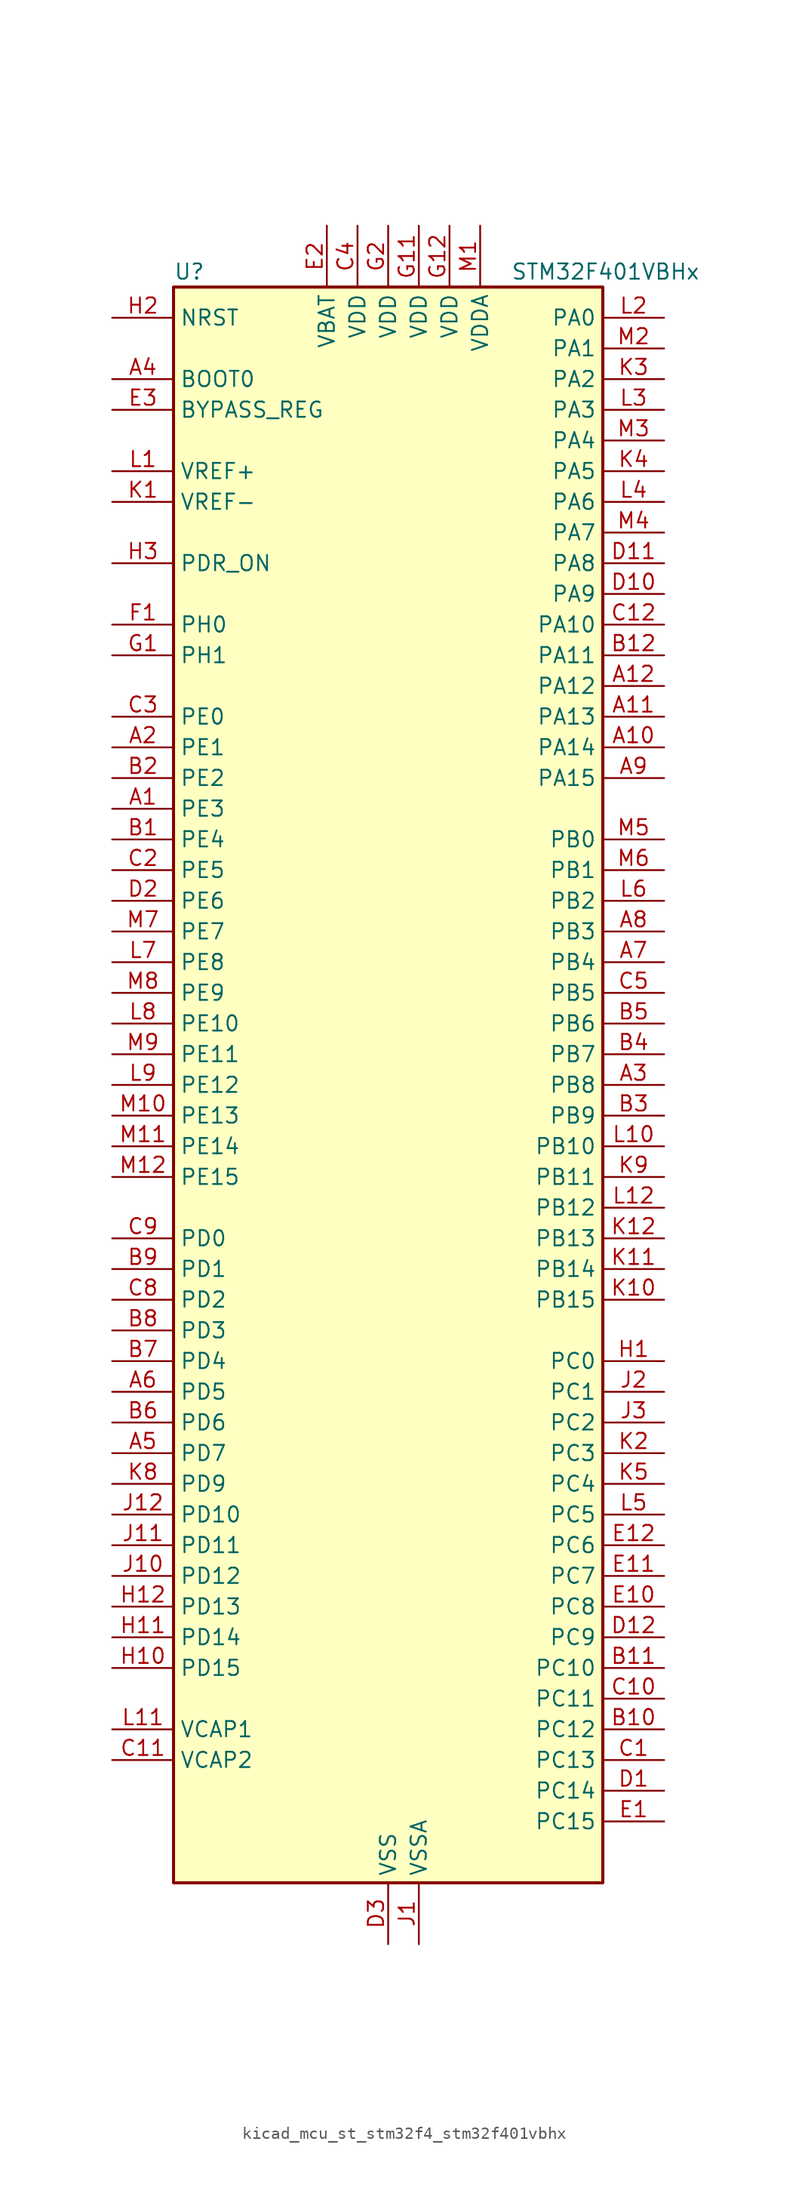
<source format=kicad_sym>
(kicad_symbol_lib
  (version 20220914)
  (generator kicad_symbol_editor)
  (symbol "kicad_mcu_st_stm32f4_stm32f401vbhx"
    (property "Reference" "U"
      (at -17.78 67.31 0)
      (effects (font (size 1.27 1.27)) (justify left)))
    (property "Value" "STM32F401VBHx"
      (at 10.16 67.31 0)
      (effects (font (size 1.27 1.27)) (justify left)))
    (property "ki_locked" ""
      (at 0 0 0)
      (effects (font (size 1.27 1.27))))
    (symbol "kicad_mcu_st_stm32f4_stm32f401vbhx_0_1"
      (rectangle (start -17.78 -66.04) (end 17.78 66.04) (stroke (width 0.254) (type default)) (fill (type background))))
    (symbol "kicad_mcu_st_stm32f4_stm32f401vbhx_1_1"
      (pin bidirectional line (at -22.86 22.86 0) (length 5.08) (name "PE3" (effects (font (size 1.27 1.27)))) (number "A1" (effects (font (size 1.27 1.27)))) (alternate "SYS_TRACED0" bidirectional line))
      (pin bidirectional line (at 22.86 27.94 180) (length 5.08) (name "PA14" (effects (font (size 1.27 1.27)))) (number "A10" (effects (font (size 1.27 1.27)))) (alternate "SYS_JTCK-SWCLK" bidirectional line))
      (pin bidirectional line (at 22.86 30.48 180) (length 5.08) (name "PA13" (effects (font (size 1.27 1.27)))) (number "A11" (effects (font (size 1.27 1.27)))) (alternate "SYS_JTMS-SWDIO" bidirectional line))
      (pin bidirectional line (at 22.86 33.02 180) (length 5.08) (name "PA12" (effects (font (size 1.27 1.27)))) (number "A12" (effects (font (size 1.27 1.27)))) (alternate "TIM1_ETR" bidirectional line) (alternate "USART1_RTS" bidirectional line) (alternate "USART6_RX" bidirectional line) (alternate "USB_OTG_FS_DP" bidirectional line))
      (pin bidirectional line (at -22.86 27.94 0) (length 5.08) (name "PE1" (effects (font (size 1.27 1.27)))) (number "A2" (effects (font (size 1.27 1.27)))))
      (pin bidirectional line (at 22.86 0 180) (length 5.08) (name "PB8" (effects (font (size 1.27 1.27)))) (number "A3" (effects (font (size 1.27 1.27)))) (alternate "I2C1_SCL" bidirectional line) (alternate "SDIO_D4" bidirectional line) (alternate "TIM10_CH1" bidirectional line) (alternate "TIM4_CH3" bidirectional line))
      (pin input line (at -22.86 58.42 0) (length 5.08) (name "BOOT0" (effects (font (size 1.27 1.27)))) (number "A4" (effects (font (size 1.27 1.27)))))
      (pin bidirectional line (at -22.86 -30.48 0) (length 5.08) (name "PD7" (effects (font (size 1.27 1.27)))) (number "A5" (effects (font (size 1.27 1.27)))) (alternate "USART2_CK" bidirectional line))
      (pin bidirectional line (at -22.86 -25.4 0) (length 5.08) (name "PD5" (effects (font (size 1.27 1.27)))) (number "A6" (effects (font (size 1.27 1.27)))) (alternate "USART2_TX" bidirectional line))
      (pin bidirectional line (at 22.86 10.16 180) (length 5.08) (name "PB4" (effects (font (size 1.27 1.27)))) (number "A7" (effects (font (size 1.27 1.27)))) (alternate "I2C3_SDA" bidirectional line) (alternate "I2S3_ext_SD" bidirectional line) (alternate "SPI1_MISO" bidirectional line) (alternate "SPI3_MISO" bidirectional line) (alternate "SYS_JTRST" bidirectional line) (alternate "TIM3_CH1" bidirectional line))
      (pin bidirectional line (at 22.86 12.7 180) (length 5.08) (name "PB3" (effects (font (size 1.27 1.27)))) (number "A8" (effects (font (size 1.27 1.27)))) (alternate "I2C2_SDA" bidirectional line) (alternate "I2S3_CK" bidirectional line) (alternate "SPI1_SCK" bidirectional line) (alternate "SPI3_SCK" bidirectional line) (alternate "SYS_JTDO-SWO" bidirectional line) (alternate "TIM2_CH2" bidirectional line))
      (pin bidirectional line (at 22.86 25.4 180) (length 5.08) (name "PA15" (effects (font (size 1.27 1.27)))) (number "A9" (effects (font (size 1.27 1.27)))) (alternate "ADC1_EXTI15" bidirectional line) (alternate "I2S3_WS" bidirectional line) (alternate "SPI1_NSS" bidirectional line) (alternate "SPI3_NSS" bidirectional line) (alternate "SYS_JTDI" bidirectional line) (alternate "TIM2_CH1" bidirectional line) (alternate "TIM2_ETR" bidirectional line))
      (pin bidirectional line (at -22.86 20.32 0) (length 5.08) (name "PE4" (effects (font (size 1.27 1.27)))) (number "B1" (effects (font (size 1.27 1.27)))) (alternate "SPI4_NSS" bidirectional line) (alternate "SYS_TRACED1" bidirectional line))
      (pin bidirectional line (at 22.86 -53.34 180) (length 5.08) (name "PC12" (effects (font (size 1.27 1.27)))) (number "B10" (effects (font (size 1.27 1.27)))) (alternate "I2S3_SD" bidirectional line) (alternate "SDIO_CK" bidirectional line) (alternate "SPI3_MOSI" bidirectional line))
      (pin bidirectional line (at 22.86 -48.26 180) (length 5.08) (name "PC10" (effects (font (size 1.27 1.27)))) (number "B11" (effects (font (size 1.27 1.27)))) (alternate "I2S3_CK" bidirectional line) (alternate "SDIO_D2" bidirectional line) (alternate "SPI3_SCK" bidirectional line))
      (pin bidirectional line (at 22.86 35.56 180) (length 5.08) (name "PA11" (effects (font (size 1.27 1.27)))) (number "B12" (effects (font (size 1.27 1.27)))) (alternate "ADC1_EXTI11" bidirectional line) (alternate "TIM1_CH4" bidirectional line) (alternate "USART1_CTS" bidirectional line) (alternate "USART6_TX" bidirectional line) (alternate "USB_OTG_FS_DM" bidirectional line))
      (pin bidirectional line (at -22.86 25.4 0) (length 5.08) (name "PE2" (effects (font (size 1.27 1.27)))) (number "B2" (effects (font (size 1.27 1.27)))) (alternate "SPI4_SCK" bidirectional line) (alternate "SYS_TRACECLK" bidirectional line))
      (pin bidirectional line (at 22.86 -2.54 180) (length 5.08) (name "PB9" (effects (font (size 1.27 1.27)))) (number "B3" (effects (font (size 1.27 1.27)))) (alternate "I2C1_SDA" bidirectional line) (alternate "I2S2_WS" bidirectional line) (alternate "SDIO_D5" bidirectional line) (alternate "SPI2_NSS" bidirectional line) (alternate "TIM11_CH1" bidirectional line) (alternate "TIM4_CH4" bidirectional line))
      (pin bidirectional line (at 22.86 2.54 180) (length 5.08) (name "PB7" (effects (font (size 1.27 1.27)))) (number "B4" (effects (font (size 1.27 1.27)))) (alternate "I2C1_SDA" bidirectional line) (alternate "TIM4_CH2" bidirectional line) (alternate "USART1_RX" bidirectional line))
      (pin bidirectional line (at 22.86 5.08 180) (length 5.08) (name "PB6" (effects (font (size 1.27 1.27)))) (number "B5" (effects (font (size 1.27 1.27)))) (alternate "I2C1_SCL" bidirectional line) (alternate "TIM4_CH1" bidirectional line) (alternate "USART1_TX" bidirectional line))
      (pin bidirectional line (at -22.86 -27.94 0) (length 5.08) (name "PD6" (effects (font (size 1.27 1.27)))) (number "B6" (effects (font (size 1.27 1.27)))) (alternate "I2S3_SD" bidirectional line) (alternate "SPI3_MOSI" bidirectional line) (alternate "USART2_RX" bidirectional line))
      (pin bidirectional line (at -22.86 -22.86 0) (length 5.08) (name "PD4" (effects (font (size 1.27 1.27)))) (number "B7" (effects (font (size 1.27 1.27)))) (alternate "USART2_RTS" bidirectional line))
      (pin bidirectional line (at -22.86 -20.32 0) (length 5.08) (name "PD3" (effects (font (size 1.27 1.27)))) (number "B8" (effects (font (size 1.27 1.27)))) (alternate "I2S2_CK" bidirectional line) (alternate "SPI2_SCK" bidirectional line) (alternate "USART2_CTS" bidirectional line))
      (pin bidirectional line (at -22.86 -15.24 0) (length 5.08) (name "PD1" (effects (font (size 1.27 1.27)))) (number "B9" (effects (font (size 1.27 1.27)))))
      (pin bidirectional line (at 22.86 -55.88 180) (length 5.08) (name "PC13" (effects (font (size 1.27 1.27)))) (number "C1" (effects (font (size 1.27 1.27)))) (alternate "RTC_AF1" bidirectional line))
      (pin bidirectional line (at 22.86 -50.8 180) (length 5.08) (name "PC11" (effects (font (size 1.27 1.27)))) (number "C10" (effects (font (size 1.27 1.27)))) (alternate "ADC1_EXTI11" bidirectional line) (alternate "I2S3_ext_SD" bidirectional line) (alternate "SDIO_D3" bidirectional line) (alternate "SPI3_MISO" bidirectional line))
      (pin power_out line (at -22.86 -55.88 0) (length 5.08) (name "VCAP2" (effects (font (size 1.27 1.27)))) (number "C11" (effects (font (size 1.27 1.27)))))
      (pin bidirectional line (at 22.86 38.1 180) (length 5.08) (name "PA10" (effects (font (size 1.27 1.27)))) (number "C12" (effects (font (size 1.27 1.27)))) (alternate "TIM1_CH3" bidirectional line) (alternate "USART1_RX" bidirectional line) (alternate "USB_OTG_FS_ID" bidirectional line))
      (pin bidirectional line (at -22.86 17.78 0) (length 5.08) (name "PE5" (effects (font (size 1.27 1.27)))) (number "C2" (effects (font (size 1.27 1.27)))) (alternate "SPI4_MISO" bidirectional line) (alternate "SYS_TRACED2" bidirectional line) (alternate "TIM9_CH1" bidirectional line))
      (pin bidirectional line (at -22.86 30.48 0) (length 5.08) (name "PE0" (effects (font (size 1.27 1.27)))) (number "C3" (effects (font (size 1.27 1.27)))) (alternate "TIM4_ETR" bidirectional line))
      (pin power_in line (at -2.54 71.12 270) (length 5.08) (name "VDD" (effects (font (size 1.27 1.27)))) (number "C4" (effects (font (size 1.27 1.27)))))
      (pin bidirectional line (at 22.86 7.62 180) (length 5.08) (name "PB5" (effects (font (size 1.27 1.27)))) (number "C5" (effects (font (size 1.27 1.27)))) (alternate "I2C1_SMBA" bidirectional line) (alternate "I2S3_SD" bidirectional line) (alternate "SPI1_MOSI" bidirectional line) (alternate "SPI3_MOSI" bidirectional line) (alternate "TIM3_CH2" bidirectional line))
      (pin bidirectional line (at -22.86 -17.78 0) (length 5.08) (name "PD2" (effects (font (size 1.27 1.27)))) (number "C8" (effects (font (size 1.27 1.27)))) (alternate "SDIO_CMD" bidirectional line) (alternate "TIM3_ETR" bidirectional line))
      (pin bidirectional line (at -22.86 -12.7 0) (length 5.08) (name "PD0" (effects (font (size 1.27 1.27)))) (number "C9" (effects (font (size 1.27 1.27)))))
      (pin bidirectional line (at 22.86 -58.42 180) (length 5.08) (name "PC14" (effects (font (size 1.27 1.27)))) (number "D1" (effects (font (size 1.27 1.27)))) (alternate "RCC_OSC32_IN" bidirectional line))
      (pin bidirectional line (at 22.86 40.64 180) (length 5.08) (name "PA9" (effects (font (size 1.27 1.27)))) (number "D10" (effects (font (size 1.27 1.27)))) (alternate "I2C3_SMBA" bidirectional line) (alternate "TIM1_CH2" bidirectional line) (alternate "USART1_TX" bidirectional line) (alternate "USB_OTG_FS_VBUS" bidirectional line))
      (pin bidirectional line (at 22.86 43.18 180) (length 5.08) (name "PA8" (effects (font (size 1.27 1.27)))) (number "D11" (effects (font (size 1.27 1.27)))) (alternate "I2C3_SCL" bidirectional line) (alternate "RCC_MCO_1" bidirectional line) (alternate "TIM1_CH1" bidirectional line) (alternate "USART1_CK" bidirectional line) (alternate "USB_OTG_FS_SOF" bidirectional line))
      (pin bidirectional line (at 22.86 -45.72 180) (length 5.08) (name "PC9" (effects (font (size 1.27 1.27)))) (number "D12" (effects (font (size 1.27 1.27)))) (alternate "I2C3_SDA" bidirectional line) (alternate "I2S_CKIN" bidirectional line) (alternate "RCC_MCO_2" bidirectional line) (alternate "SDIO_D1" bidirectional line) (alternate "TIM3_CH4" bidirectional line))
      (pin bidirectional line (at -22.86 15.24 0) (length 5.08) (name "PE6" (effects (font (size 1.27 1.27)))) (number "D2" (effects (font (size 1.27 1.27)))) (alternate "SPI4_MOSI" bidirectional line) (alternate "SYS_TRACED3" bidirectional line) (alternate "TIM9_CH2" bidirectional line))
      (pin power_in line (at 0 -71.12 90) (length 5.08) (name "VSS" (effects (font (size 1.27 1.27)))) (number "D3" (effects (font (size 1.27 1.27)))))
      (pin bidirectional line (at 22.86 -60.96 180) (length 5.08) (name "PC15" (effects (font (size 1.27 1.27)))) (number "E1" (effects (font (size 1.27 1.27)))) (alternate "ADC1_EXTI15" bidirectional line) (alternate "RCC_OSC32_OUT" bidirectional line))
      (pin bidirectional line (at 22.86 -43.18 180) (length 5.08) (name "PC8" (effects (font (size 1.27 1.27)))) (number "E10" (effects (font (size 1.27 1.27)))) (alternate "SDIO_D0" bidirectional line) (alternate "TIM3_CH3" bidirectional line) (alternate "USART6_CK" bidirectional line))
      (pin bidirectional line (at 22.86 -40.64 180) (length 5.08) (name "PC7" (effects (font (size 1.27 1.27)))) (number "E11" (effects (font (size 1.27 1.27)))) (alternate "I2S3_MCK" bidirectional line) (alternate "SDIO_D7" bidirectional line) (alternate "TIM3_CH2" bidirectional line) (alternate "USART6_RX" bidirectional line))
      (pin bidirectional line (at 22.86 -38.1 180) (length 5.08) (name "PC6" (effects (font (size 1.27 1.27)))) (number "E12" (effects (font (size 1.27 1.27)))) (alternate "I2S2_MCK" bidirectional line) (alternate "SDIO_D6" bidirectional line) (alternate "TIM3_CH1" bidirectional line) (alternate "USART6_TX" bidirectional line))
      (pin power_in line (at -5.08 71.12 270) (length 5.08) (name "VBAT" (effects (font (size 1.27 1.27)))) (number "E2" (effects (font (size 1.27 1.27)))))
      (pin input line (at -22.86 55.88 0) (length 5.08) (name "BYPASS_REG" (effects (font (size 1.27 1.27)))) (number "E3" (effects (font (size 1.27 1.27)))))
      (pin bidirectional line (at -22.86 38.1 0) (length 5.08) (name "PH0" (effects (font (size 1.27 1.27)))) (number "F1" (effects (font (size 1.27 1.27)))) (alternate "RCC_OSC_IN" bidirectional line))
      (pin passive line (at 0 -71.12 90) (length 5.08) hide (name "VSS" (effects (font (size 1.27 1.27)))) (number "F11" (effects (font (size 1.27 1.27)))))
      (pin passive line (at 0 -71.12 90) (length 5.08) hide (name "VSS" (effects (font (size 1.27 1.27)))) (number "F12" (effects (font (size 1.27 1.27)))))
      (pin passive line (at 0 -71.12 90) (length 5.08) hide (name "VSS" (effects (font (size 1.27 1.27)))) (number "F2" (effects (font (size 1.27 1.27)))))
      (pin bidirectional line (at -22.86 35.56 0) (length 5.08) (name "PH1" (effects (font (size 1.27 1.27)))) (number "G1" (effects (font (size 1.27 1.27)))) (alternate "RCC_OSC_OUT" bidirectional line))
      (pin power_in line (at 2.54 71.12 270) (length 5.08) (name "VDD" (effects (font (size 1.27 1.27)))) (number "G11" (effects (font (size 1.27 1.27)))))
      (pin power_in line (at 5.08 71.12 270) (length 5.08) (name "VDD" (effects (font (size 1.27 1.27)))) (number "G12" (effects (font (size 1.27 1.27)))))
      (pin power_in line (at 0 71.12 270) (length 5.08) (name "VDD" (effects (font (size 1.27 1.27)))) (number "G2" (effects (font (size 1.27 1.27)))))
      (pin bidirectional line (at 22.86 -22.86 180) (length 5.08) (name "PC0" (effects (font (size 1.27 1.27)))) (number "H1" (effects (font (size 1.27 1.27)))) (alternate "ADC1_IN10" bidirectional line))
      (pin bidirectional line (at -22.86 -48.26 0) (length 5.08) (name "PD15" (effects (font (size 1.27 1.27)))) (number "H10" (effects (font (size 1.27 1.27)))) (alternate "ADC1_EXTI15" bidirectional line) (alternate "TIM4_CH4" bidirectional line))
      (pin bidirectional line (at -22.86 -45.72 0) (length 5.08) (name "PD14" (effects (font (size 1.27 1.27)))) (number "H11" (effects (font (size 1.27 1.27)))) (alternate "TIM4_CH3" bidirectional line))
      (pin bidirectional line (at -22.86 -43.18 0) (length 5.08) (name "PD13" (effects (font (size 1.27 1.27)))) (number "H12" (effects (font (size 1.27 1.27)))) (alternate "TIM4_CH2" bidirectional line))
      (pin input line (at -22.86 63.5 0) (length 5.08) (name "NRST" (effects (font (size 1.27 1.27)))) (number "H2" (effects (font (size 1.27 1.27)))))
      (pin input line (at -22.86 43.18 0) (length 5.08) (name "PDR_ON" (effects (font (size 1.27 1.27)))) (number "H3" (effects (font (size 1.27 1.27)))))
      (pin power_in line (at 2.54 -71.12 90) (length 5.08) (name "VSSA" (effects (font (size 1.27 1.27)))) (number "J1" (effects (font (size 1.27 1.27)))))
      (pin bidirectional line (at -22.86 -40.64 0) (length 5.08) (name "PD12" (effects (font (size 1.27 1.27)))) (number "J10" (effects (font (size 1.27 1.27)))) (alternate "TIM4_CH1" bidirectional line))
      (pin bidirectional line (at -22.86 -38.1 0) (length 5.08) (name "PD11" (effects (font (size 1.27 1.27)))) (number "J11" (effects (font (size 1.27 1.27)))) (alternate "ADC1_EXTI11" bidirectional line))
      (pin bidirectional line (at -22.86 -35.56 0) (length 5.08) (name "PD10" (effects (font (size 1.27 1.27)))) (number "J12" (effects (font (size 1.27 1.27)))))
      (pin bidirectional line (at 22.86 -25.4 180) (length 5.08) (name "PC1" (effects (font (size 1.27 1.27)))) (number "J2" (effects (font (size 1.27 1.27)))) (alternate "ADC1_IN11" bidirectional line))
      (pin bidirectional line (at 22.86 -27.94 180) (length 5.08) (name "PC2" (effects (font (size 1.27 1.27)))) (number "J3" (effects (font (size 1.27 1.27)))) (alternate "ADC1_IN12" bidirectional line) (alternate "I2S2_ext_SD" bidirectional line) (alternate "SPI2_MISO" bidirectional line))
      (pin input line (at -22.86 48.26 0) (length 5.08) (name "VREF-" (effects (font (size 1.27 1.27)))) (number "K1" (effects (font (size 1.27 1.27)))))
      (pin bidirectional line (at 22.86 -17.78 180) (length 5.08) (name "PB15" (effects (font (size 1.27 1.27)))) (number "K10" (effects (font (size 1.27 1.27)))) (alternate "ADC1_EXTI15" bidirectional line) (alternate "I2S2_SD" bidirectional line) (alternate "RTC_REFIN" bidirectional line) (alternate "SPI2_MOSI" bidirectional line) (alternate "TIM1_CH3N" bidirectional line))
      (pin bidirectional line (at 22.86 -15.24 180) (length 5.08) (name "PB14" (effects (font (size 1.27 1.27)))) (number "K11" (effects (font (size 1.27 1.27)))) (alternate "I2S2_ext_SD" bidirectional line) (alternate "SPI2_MISO" bidirectional line) (alternate "TIM1_CH2N" bidirectional line))
      (pin bidirectional line (at 22.86 -12.7 180) (length 5.08) (name "PB13" (effects (font (size 1.27 1.27)))) (number "K12" (effects (font (size 1.27 1.27)))) (alternate "I2S2_CK" bidirectional line) (alternate "SPI2_SCK" bidirectional line) (alternate "TIM1_CH1N" bidirectional line))
      (pin bidirectional line (at 22.86 -30.48 180) (length 5.08) (name "PC3" (effects (font (size 1.27 1.27)))) (number "K2" (effects (font (size 1.27 1.27)))) (alternate "ADC1_IN13" bidirectional line) (alternate "I2S2_SD" bidirectional line) (alternate "SPI2_MOSI" bidirectional line))
      (pin bidirectional line (at 22.86 58.42 180) (length 5.08) (name "PA2" (effects (font (size 1.27 1.27)))) (number "K3" (effects (font (size 1.27 1.27)))) (alternate "ADC1_IN2" bidirectional line) (alternate "TIM2_CH3" bidirectional line) (alternate "TIM5_CH3" bidirectional line) (alternate "TIM9_CH1" bidirectional line) (alternate "USART2_TX" bidirectional line))
      (pin bidirectional line (at 22.86 50.8 180) (length 5.08) (name "PA5" (effects (font (size 1.27 1.27)))) (number "K4" (effects (font (size 1.27 1.27)))) (alternate "ADC1_IN5" bidirectional line) (alternate "SPI1_SCK" bidirectional line) (alternate "TIM2_CH1" bidirectional line) (alternate "TIM2_ETR" bidirectional line))
      (pin bidirectional line (at 22.86 -33.02 180) (length 5.08) (name "PC4" (effects (font (size 1.27 1.27)))) (number "K5" (effects (font (size 1.27 1.27)))) (alternate "ADC1_IN14" bidirectional line))
      (pin bidirectional line (at -22.86 -33.02 0) (length 5.08) (name "PD9" (effects (font (size 1.27 1.27)))) (number "K8" (effects (font (size 1.27 1.27)))))
      (pin bidirectional line (at 22.86 -7.62 180) (length 5.08) (name "PB11" (effects (font (size 1.27 1.27)))) (number "K9" (effects (font (size 1.27 1.27)))) (alternate "ADC1_EXTI11" bidirectional line) (alternate "I2C2_SDA" bidirectional line) (alternate "TIM2_CH4" bidirectional line))
      (pin input line (at -22.86 50.8 0) (length 5.08) (name "VREF+" (effects (font (size 1.27 1.27)))) (number "L1" (effects (font (size 1.27 1.27)))))
      (pin bidirectional line (at 22.86 -5.08 180) (length 5.08) (name "PB10" (effects (font (size 1.27 1.27)))) (number "L10" (effects (font (size 1.27 1.27)))) (alternate "I2C2_SCL" bidirectional line) (alternate "I2S2_CK" bidirectional line) (alternate "SPI2_SCK" bidirectional line) (alternate "TIM2_CH3" bidirectional line))
      (pin power_out line (at -22.86 -53.34 0) (length 5.08) (name "VCAP1" (effects (font (size 1.27 1.27)))) (number "L11" (effects (font (size 1.27 1.27)))))
      (pin bidirectional line (at 22.86 -10.16 180) (length 5.08) (name "PB12" (effects (font (size 1.27 1.27)))) (number "L12" (effects (font (size 1.27 1.27)))) (alternate "I2C2_SMBA" bidirectional line) (alternate "I2S2_WS" bidirectional line) (alternate "SPI2_NSS" bidirectional line) (alternate "TIM1_BKIN" bidirectional line))
      (pin bidirectional line (at 22.86 63.5 180) (length 5.08) (name "PA0" (effects (font (size 1.27 1.27)))) (number "L2" (effects (font (size 1.27 1.27)))) (alternate "ADC1_IN0" bidirectional line) (alternate "SYS_WKUP" bidirectional line) (alternate "TIM2_CH1" bidirectional line) (alternate "TIM2_ETR" bidirectional line) (alternate "TIM5_CH1" bidirectional line) (alternate "USART2_CTS" bidirectional line))
      (pin bidirectional line (at 22.86 55.88 180) (length 5.08) (name "PA3" (effects (font (size 1.27 1.27)))) (number "L3" (effects (font (size 1.27 1.27)))) (alternate "ADC1_IN3" bidirectional line) (alternate "TIM2_CH4" bidirectional line) (alternate "TIM5_CH4" bidirectional line) (alternate "TIM9_CH2" bidirectional line) (alternate "USART2_RX" bidirectional line))
      (pin bidirectional line (at 22.86 48.26 180) (length 5.08) (name "PA6" (effects (font (size 1.27 1.27)))) (number "L4" (effects (font (size 1.27 1.27)))) (alternate "ADC1_IN6" bidirectional line) (alternate "SPI1_MISO" bidirectional line) (alternate "TIM1_BKIN" bidirectional line) (alternate "TIM3_CH1" bidirectional line))
      (pin bidirectional line (at 22.86 -35.56 180) (length 5.08) (name "PC5" (effects (font (size 1.27 1.27)))) (number "L5" (effects (font (size 1.27 1.27)))) (alternate "ADC1_IN15" bidirectional line))
      (pin bidirectional line (at 22.86 15.24 180) (length 5.08) (name "PB2" (effects (font (size 1.27 1.27)))) (number "L6" (effects (font (size 1.27 1.27)))))
      (pin bidirectional line (at -22.86 10.16 0) (length 5.08) (name "PE8" (effects (font (size 1.27 1.27)))) (number "L7" (effects (font (size 1.27 1.27)))) (alternate "TIM1_CH1N" bidirectional line))
      (pin bidirectional line (at -22.86 5.08 0) (length 5.08) (name "PE10" (effects (font (size 1.27 1.27)))) (number "L8" (effects (font (size 1.27 1.27)))) (alternate "TIM1_CH2N" bidirectional line))
      (pin bidirectional line (at -22.86 0 0) (length 5.08) (name "PE12" (effects (font (size 1.27 1.27)))) (number "L9" (effects (font (size 1.27 1.27)))) (alternate "SPI4_SCK" bidirectional line) (alternate "TIM1_CH3N" bidirectional line))
      (pin power_in line (at 7.62 71.12 270) (length 5.08) (name "VDDA" (effects (font (size 1.27 1.27)))) (number "M1" (effects (font (size 1.27 1.27)))))
      (pin bidirectional line (at -22.86 -2.54 0) (length 5.08) (name "PE13" (effects (font (size 1.27 1.27)))) (number "M10" (effects (font (size 1.27 1.27)))) (alternate "SPI4_MISO" bidirectional line) (alternate "TIM1_CH3" bidirectional line))
      (pin bidirectional line (at -22.86 -5.08 0) (length 5.08) (name "PE14" (effects (font (size 1.27 1.27)))) (number "M11" (effects (font (size 1.27 1.27)))) (alternate "SPI4_MOSI" bidirectional line) (alternate "TIM1_CH4" bidirectional line))
      (pin bidirectional line (at -22.86 -7.62 0) (length 5.08) (name "PE15" (effects (font (size 1.27 1.27)))) (number "M12" (effects (font (size 1.27 1.27)))) (alternate "ADC1_EXTI15" bidirectional line) (alternate "TIM1_BKIN" bidirectional line))
      (pin bidirectional line (at 22.86 60.96 180) (length 5.08) (name "PA1" (effects (font (size 1.27 1.27)))) (number "M2" (effects (font (size 1.27 1.27)))) (alternate "ADC1_IN1" bidirectional line) (alternate "TIM2_CH2" bidirectional line) (alternate "TIM5_CH2" bidirectional line) (alternate "USART2_RTS" bidirectional line))
      (pin bidirectional line (at 22.86 53.34 180) (length 5.08) (name "PA4" (effects (font (size 1.27 1.27)))) (number "M3" (effects (font (size 1.27 1.27)))) (alternate "ADC1_IN4" bidirectional line) (alternate "I2S3_WS" bidirectional line) (alternate "SPI1_NSS" bidirectional line) (alternate "SPI3_NSS" bidirectional line) (alternate "USART2_CK" bidirectional line))
      (pin bidirectional line (at 22.86 45.72 180) (length 5.08) (name "PA7" (effects (font (size 1.27 1.27)))) (number "M4" (effects (font (size 1.27 1.27)))) (alternate "ADC1_IN7" bidirectional line) (alternate "SPI1_MOSI" bidirectional line) (alternate "TIM1_CH1N" bidirectional line) (alternate "TIM3_CH2" bidirectional line))
      (pin bidirectional line (at 22.86 20.32 180) (length 5.08) (name "PB0" (effects (font (size 1.27 1.27)))) (number "M5" (effects (font (size 1.27 1.27)))) (alternate "ADC1_IN8" bidirectional line) (alternate "TIM1_CH2N" bidirectional line) (alternate "TIM3_CH3" bidirectional line))
      (pin bidirectional line (at 22.86 17.78 180) (length 5.08) (name "PB1" (effects (font (size 1.27 1.27)))) (number "M6" (effects (font (size 1.27 1.27)))) (alternate "ADC1_IN9" bidirectional line) (alternate "TIM1_CH3N" bidirectional line) (alternate "TIM3_CH4" bidirectional line))
      (pin bidirectional line (at -22.86 12.7 0) (length 5.08) (name "PE7" (effects (font (size 1.27 1.27)))) (number "M7" (effects (font (size 1.27 1.27)))) (alternate "TIM1_ETR" bidirectional line))
      (pin bidirectional line (at -22.86 7.62 0) (length 5.08) (name "PE9" (effects (font (size 1.27 1.27)))) (number "M8" (effects (font (size 1.27 1.27)))) (alternate "TIM1_CH1" bidirectional line))
      (pin bidirectional line (at -22.86 2.54 0) (length 5.08) (name "PE11" (effects (font (size 1.27 1.27)))) (number "M9" (effects (font (size 1.27 1.27)))) (alternate "ADC1_EXTI11" bidirectional line) (alternate "SPI4_NSS" bidirectional line) (alternate "TIM1_CH2" bidirectional line)))))
</source>
